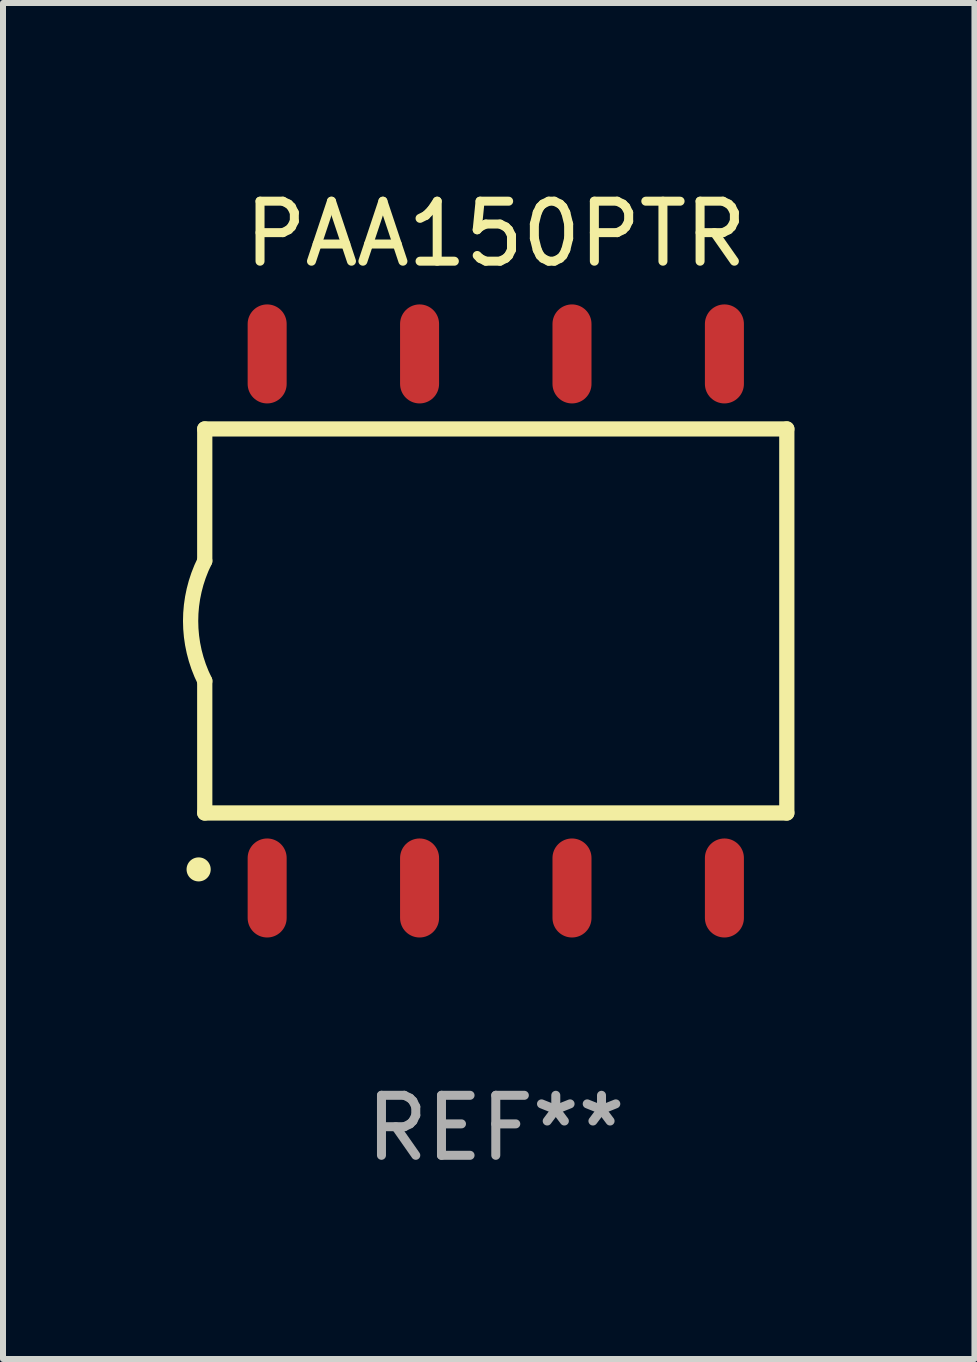
<source format=kicad_pcb>
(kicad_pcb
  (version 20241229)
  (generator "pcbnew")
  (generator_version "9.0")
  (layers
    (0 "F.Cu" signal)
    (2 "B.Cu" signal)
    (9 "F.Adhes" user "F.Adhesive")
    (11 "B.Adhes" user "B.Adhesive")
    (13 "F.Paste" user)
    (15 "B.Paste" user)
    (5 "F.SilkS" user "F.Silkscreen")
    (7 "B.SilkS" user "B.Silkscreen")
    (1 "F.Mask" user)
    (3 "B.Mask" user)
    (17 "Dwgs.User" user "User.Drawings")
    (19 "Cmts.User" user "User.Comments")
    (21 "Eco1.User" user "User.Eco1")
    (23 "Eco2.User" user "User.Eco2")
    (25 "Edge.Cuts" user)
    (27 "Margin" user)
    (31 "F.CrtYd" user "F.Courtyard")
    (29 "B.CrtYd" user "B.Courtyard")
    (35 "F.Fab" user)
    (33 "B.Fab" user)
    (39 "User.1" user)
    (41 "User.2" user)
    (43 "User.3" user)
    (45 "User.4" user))
  (footprint "PAA150PTR"
    (layer "F.Cu")
    (at 5.212 7.298)
    (property "Reference" "PAA150PTR" (at 0 -6.45 0) (layer "F.SilkS") (effects (font (size 1 1) (thickness 0.15))))
    (attr through_hole)
    (fp_line (start -4.85 -3.2) (end -4.85 -1) (stroke (width 0.254) (type solid)) (layer "F.SilkS"))
    (fp_line (start -4.85 -3.2) (end 4.85 -3.2) (stroke (width 0.254) (type solid)) (layer "F.SilkS"))
    (fp_line (start -4.85 3.2) (end -4.85 1) (stroke (width 0.254) (type solid)) (layer "F.SilkS"))
    (fp_line (start 4.85 -3.2) (end 4.85 3.2) (stroke (width 0.254) (type solid)) (layer "F.SilkS"))
    (fp_line (start 4.85 3.2) (end -4.85 3.2) (stroke (width 0.254) (type solid)) (layer "F.SilkS"))
    (fp_arc (start -4.95301 4.140208) (mid -4.95174 4.140204) (end -4.95047 4.140208) (stroke (width 0.4) (type solid)) (layer "F.SilkS"))
    (fp_arc (start -4.84887 1.000762) (mid -5.085418 0.000516) (end -4.850013 -1) (stroke (width 0.254001) (type solid)) (layer "F.SilkS"))
    (fp_text user "REF**" (at 0 8.45 0) (layer "F.Fab") (effects (font (size 1 1) (thickness 0.15))))
    (pad "1" smd oval (at -3.81 4.45) (size 0.65 1.65) (layers "F.Cu" "F.Mask" "F.Paste"))
    (pad "2" smd oval (at -1.27 4.45) (size 0.65 1.65) (layers "F.Cu" "F.Mask" "F.Paste"))
    (pad "3" smd oval (at 1.27 4.45) (size 0.65 1.65) (layers "F.Cu" "F.Mask" "F.Paste"))
    (pad "4" smd oval (at 3.81 4.45) (size 0.65 1.65) (layers "F.Cu" "F.Mask" "F.Paste"))
    (pad "5" smd oval (at 3.81 -4.45 180) (size 0.65 1.65) (layers "F.Cu" "F.Mask" "F.Paste"))
    (pad "6" smd oval (at 1.27 -4.45 180) (size 0.65 1.65) (layers "F.Cu" "F.Mask" "F.Paste"))
    (pad "7" smd oval (at -1.27 -4.45 180) (size 0.65 1.65) (layers "F.Cu" "F.Mask" "F.Paste"))
    (pad "8" smd oval (at -3.81 -4.45 180) (size 0.65 1.65) (layers "F.Cu" "F.Mask" "F.Paste")))
  (gr_rect
    (start -3 -3)
    (end 13.189 19.597)
    (stroke (width 0.1) (type default))
    (fill no)
    (layer "Edge.Cuts")))
</source>
